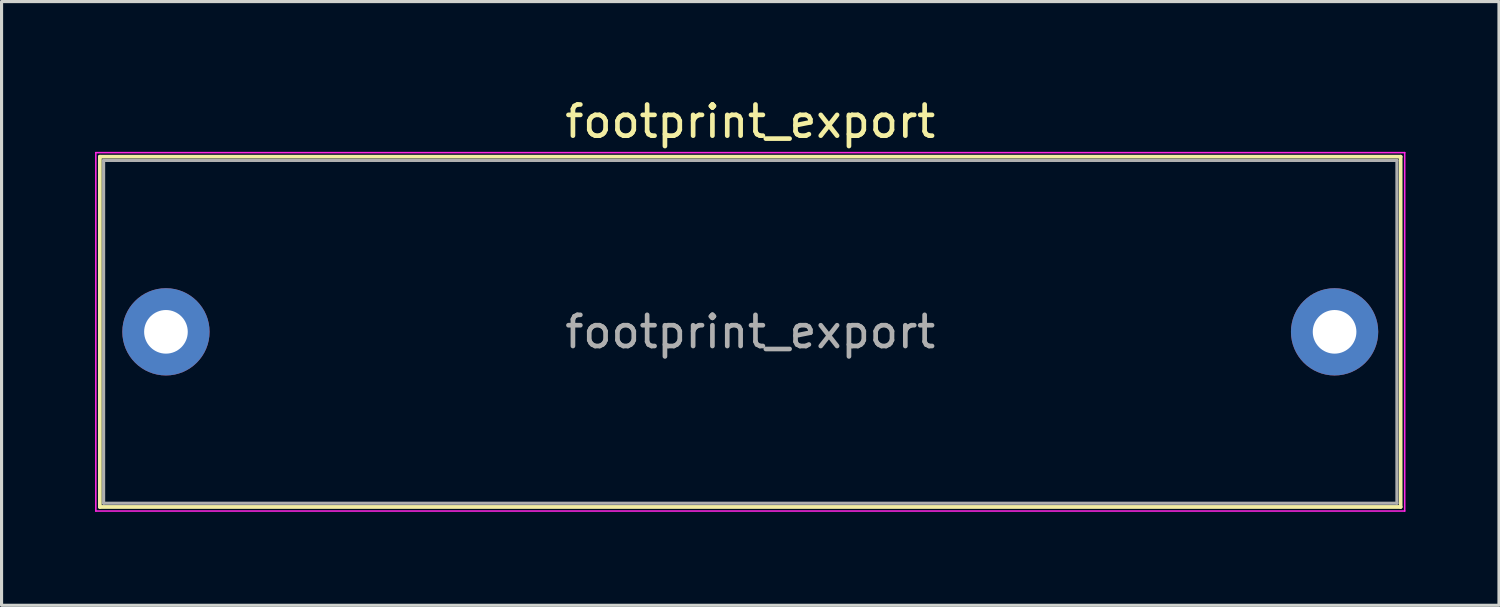
<source format=kicad_pcb>
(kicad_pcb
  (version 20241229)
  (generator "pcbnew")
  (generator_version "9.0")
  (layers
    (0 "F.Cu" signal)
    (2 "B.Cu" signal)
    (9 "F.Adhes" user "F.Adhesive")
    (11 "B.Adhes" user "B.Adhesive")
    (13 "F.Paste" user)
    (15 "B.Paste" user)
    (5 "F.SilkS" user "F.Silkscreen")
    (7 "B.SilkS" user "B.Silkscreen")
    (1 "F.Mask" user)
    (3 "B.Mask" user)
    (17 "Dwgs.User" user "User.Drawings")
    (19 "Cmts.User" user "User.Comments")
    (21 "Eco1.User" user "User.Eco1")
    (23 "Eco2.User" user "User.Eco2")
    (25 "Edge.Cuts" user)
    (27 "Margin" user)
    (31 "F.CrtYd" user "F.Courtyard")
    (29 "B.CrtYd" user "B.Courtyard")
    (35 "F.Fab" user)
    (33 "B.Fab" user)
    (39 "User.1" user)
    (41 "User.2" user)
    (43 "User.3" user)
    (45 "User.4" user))
  (footprint "footprint_export"
    (layer "F.Cu")
    (at 2.275 7.598)
    (property "Reference" "footprint_export" (at 18.75 -6.75 0) (layer "F.SilkS") (effects (font (size 1 1) (thickness 0.15))))
    (attr through_hole)
    (fp_line (start -2.12 -5.62) (end -2.12 5.62) (stroke (width 0.12) (type solid)) (layer "F.SilkS"))
    (fp_line (start -2.12 -5.62) (end 39.62 -5.62) (stroke (width 0.12) (type solid)) (layer "F.SilkS"))
    (fp_line (start -2.12 5.62) (end 39.62 5.62) (stroke (width 0.12) (type solid)) (layer "F.SilkS"))
    (fp_line (start 39.62 -5.62) (end 39.62 5.62) (stroke (width 0.12) (type solid)) (layer "F.SilkS"))
    (fp_line (start -2.25 -5.75) (end -2.25 5.75) (stroke (width 0.05) (type solid)) (layer "F.CrtYd"))
    (fp_line (start -2.25 5.75) (end 39.75 5.75) (stroke (width 0.05) (type solid)) (layer "F.CrtYd"))
    (fp_line (start 39.75 -5.75) (end -2.25 -5.75) (stroke (width 0.05) (type solid)) (layer "F.CrtYd"))
    (fp_line (start 39.75 5.75) (end 39.75 -5.75) (stroke (width 0.05) (type solid)) (layer "F.CrtYd"))
    (fp_line (start -2 -5.5) (end -2 5.5) (stroke (width 0.1) (type solid)) (layer "F.Fab"))
    (fp_line (start -2 5.5) (end 39.5 5.5) (stroke (width 0.1) (type solid)) (layer "F.Fab"))
    (fp_line (start 39.5 -5.5) (end -2 -5.5) (stroke (width 0.1) (type solid)) (layer "F.Fab"))
    (fp_line (start 39.5 5.5) (end 39.5 -5.5) (stroke (width 0.1) (type solid)) (layer "F.Fab"))
    (fp_text user "${REFERENCE}" (at 18.75 0 0) (layer "F.Fab") (effects (font (size 1 1) (thickness 0.15))))
    (pad "1" thru_hole circle (at 0 0) (size 2.8 2.8) (drill 1.4) (layers "*.Cu" "*.Mask"))
    (pad "2" thru_hole circle (at 37.5 0) (size 2.8 2.8) (drill 1.4) (layers "*.Cu" "*.Mask")))
  (gr_rect
    (start -3 -3)
    (end 45.05 16.373)
    (stroke (width 0.1) (type default))
    (fill no)
    (layer "Edge.Cuts")))
</source>
